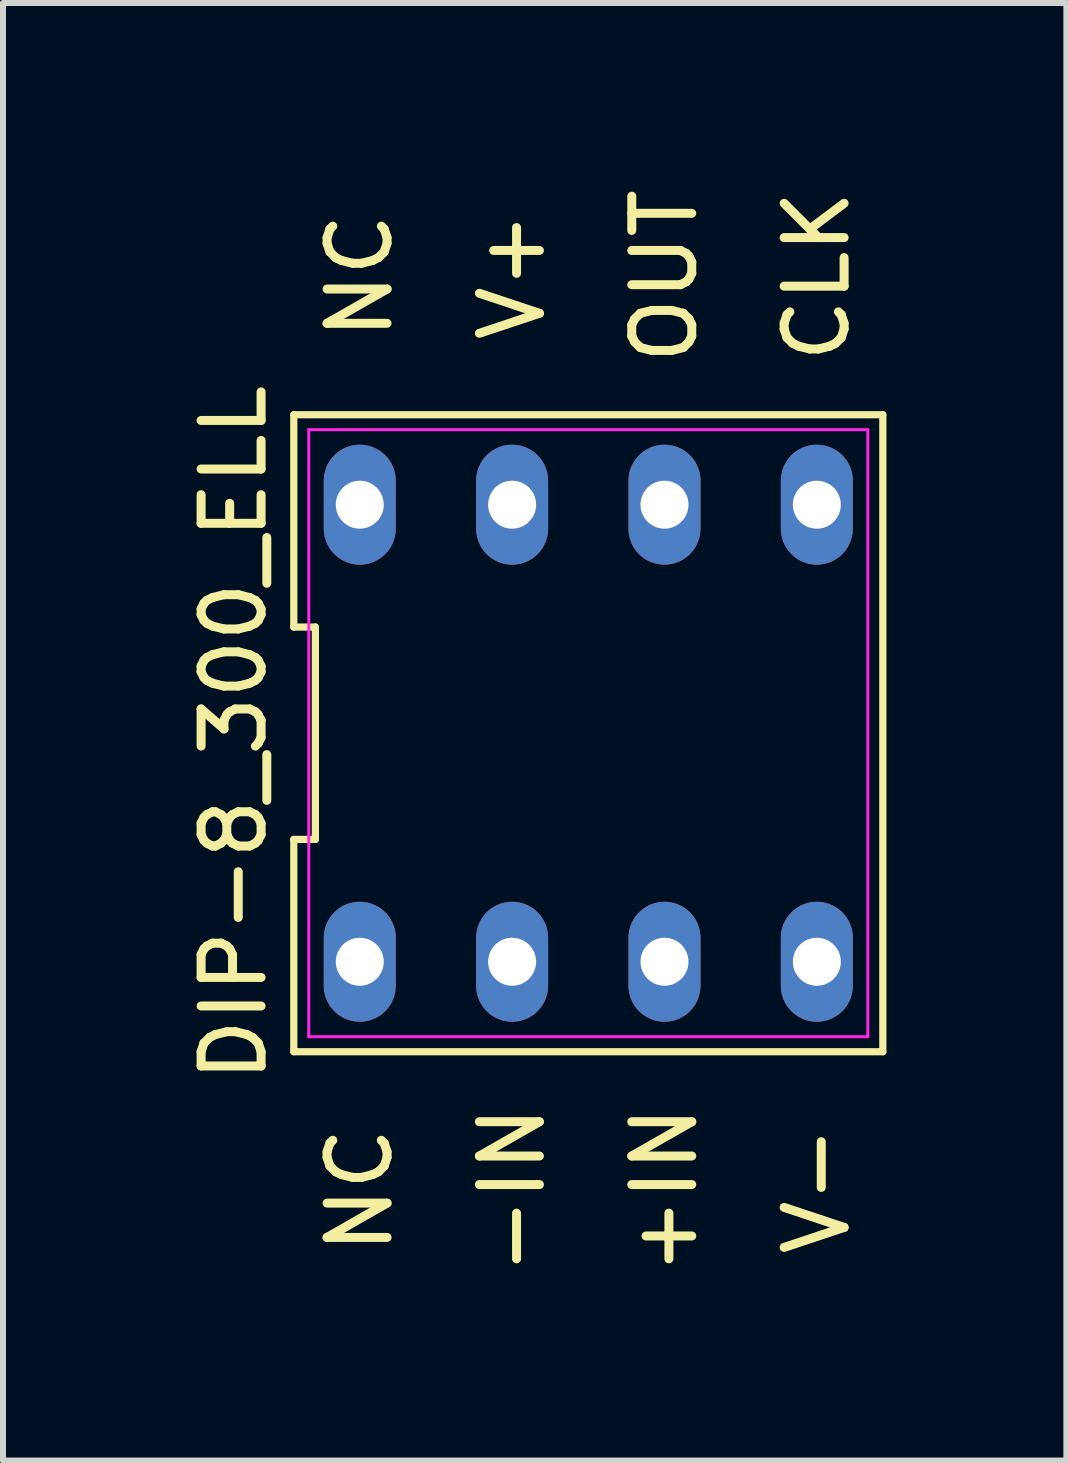
<source format=kicad_pcb>
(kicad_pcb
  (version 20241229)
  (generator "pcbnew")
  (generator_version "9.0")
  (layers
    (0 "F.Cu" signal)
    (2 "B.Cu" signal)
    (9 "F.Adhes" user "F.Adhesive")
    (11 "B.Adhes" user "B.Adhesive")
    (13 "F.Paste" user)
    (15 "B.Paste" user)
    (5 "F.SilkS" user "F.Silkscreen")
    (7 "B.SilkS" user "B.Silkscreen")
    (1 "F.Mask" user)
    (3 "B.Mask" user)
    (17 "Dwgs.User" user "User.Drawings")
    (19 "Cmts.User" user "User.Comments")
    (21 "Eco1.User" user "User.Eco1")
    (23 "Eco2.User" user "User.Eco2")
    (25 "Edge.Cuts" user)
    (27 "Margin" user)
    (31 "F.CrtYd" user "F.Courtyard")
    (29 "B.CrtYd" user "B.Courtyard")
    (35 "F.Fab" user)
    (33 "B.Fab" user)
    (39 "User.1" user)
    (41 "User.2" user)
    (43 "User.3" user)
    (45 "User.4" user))
  (footprint "DIP-8_300_ELL"
    (layer "F.Cu")
    (at 6.758 9.174)
    (property "Reference" "DIP-8_300_ELL" (at -5.91 0 90) (layer "F.SilkS") (effects (font (size 1 1) (thickness 0.15))))
    (attr through_hole)
    (fp_line (start -4.91 -5.31) (end -4.91 -1.77) (stroke (width 0.12) (type solid)) (layer "F.SilkS"))
    (fp_line (start -4.91 -1.77) (end -4.55 -1.77) (stroke (width 0.12) (type solid)) (layer "F.SilkS"))
    (fp_line (start -4.91 1.77) (end -4.91 5.31) (stroke (width 0.12) (type solid)) (layer "F.SilkS"))
    (fp_line (start -4.91 5.31) (end 4.91 5.31) (stroke (width 0.12) (type solid)) (layer "F.SilkS"))
    (fp_line (start -4.55 -1.77) (end -4.55 1.77) (stroke (width 0.12) (type solid)) (layer "F.SilkS"))
    (fp_line (start -4.55 1.77) (end -4.91 1.77) (stroke (width 0.12) (type solid)) (layer "F.SilkS"))
    (fp_line (start 4.91 -5.31) (end -4.91 -5.31) (stroke (width 0.12) (type solid)) (layer "F.SilkS"))
    (fp_line (start 4.91 5.31) (end 4.91 -5.31) (stroke (width 0.12) (type solid)) (layer "F.SilkS"))
    (fp_line (start -4.66 -5.06) (end 4.66 -5.06) (stroke (width 0.05) (type solid)) (layer "F.CrtYd"))
    (fp_line (start -4.66 5.06) (end -4.66 -5.06) (stroke (width 0.05) (type solid)) (layer "F.CrtYd"))
    (fp_line (start 4.66 -5.06) (end 4.66 5.06) (stroke (width 0.05) (type solid)) (layer "F.CrtYd"))
    (fp_line (start 4.66 5.06) (end -4.66 5.06) (stroke (width 0.05) (type solid)) (layer "F.CrtYd"))
    (fp_text user "NC" (at -3.81 -7.62 90) (layer "F.SilkS") (effects (font (size 1 1) (thickness 0.15))))
    (fp_text user "+IN" (at 1.27 7.62 90) (layer "F.SilkS") (effects (font (size 1 1) (thickness 0.15))))
    (fp_text user "V+" (at -1.27 -7.62 90) (layer "F.SilkS") (effects (font (size 1 1) (thickness 0.15))))
    (fp_text user "V-" (at 3.81 7.62 90) (layer "F.SilkS") (effects (font (size 1 1) (thickness 0.15))))
    (fp_text user "CLK" (at 3.81 -7.62 90) (layer "F.SilkS") (effects (font (size 1 1) (thickness 0.15))))
    (fp_text user "OUT" (at 1.27 -7.62 90) (layer "F.SilkS") (effects (font (size 1 1) (thickness 0.15))))
    (fp_text user "-IN" (at -1.27 7.62 90) (layer "F.SilkS") (effects (font (size 1 1) (thickness 0.15))))
    (fp_text user "NC" (at -3.81 7.62 90) (layer "F.SilkS") (effects (font (size 1 1) (thickness 0.15))))
    (pad "1" thru_hole oval (at -3.81 3.81) (size 1.2 2) (drill 0.8) (layers "*.Cu" "*.Mask"))
    (pad "2" thru_hole oval (at -1.27 3.81) (size 1.2 2) (drill 0.8) (layers "*.Cu" "*.Mask"))
    (pad "3" thru_hole oval (at 1.27 3.81) (size 1.2 2) (drill 0.8) (layers "*.Cu" "*.Mask"))
    (pad "4" thru_hole oval (at 3.81 3.81) (size 1.2 2) (drill 0.8) (layers "*.Cu" "*.Mask"))
    (pad "5" thru_hole oval (at 3.81 -3.81) (size 1.2 2) (drill 0.8) (layers "*.Cu" "*.Mask"))
    (pad "6" thru_hole oval (at 1.27 -3.81) (size 1.2 2) (drill 0.8) (layers "*.Cu" "*.Mask"))
    (pad "7" thru_hole oval (at -1.27 -3.81) (size 1.2 2) (drill 0.8) (layers "*.Cu" "*.Mask"))
    (pad "8" thru_hole oval (at -3.81 -3.81) (size 1.2 2) (drill 0.8) (layers "*.Cu" "*.Mask")))
  (gr_rect
    (start -3 -3)
    (end 14.728 21.3)
    (stroke (width 0.1) (type default))
    (fill no)
    (layer "Edge.Cuts")))
</source>
